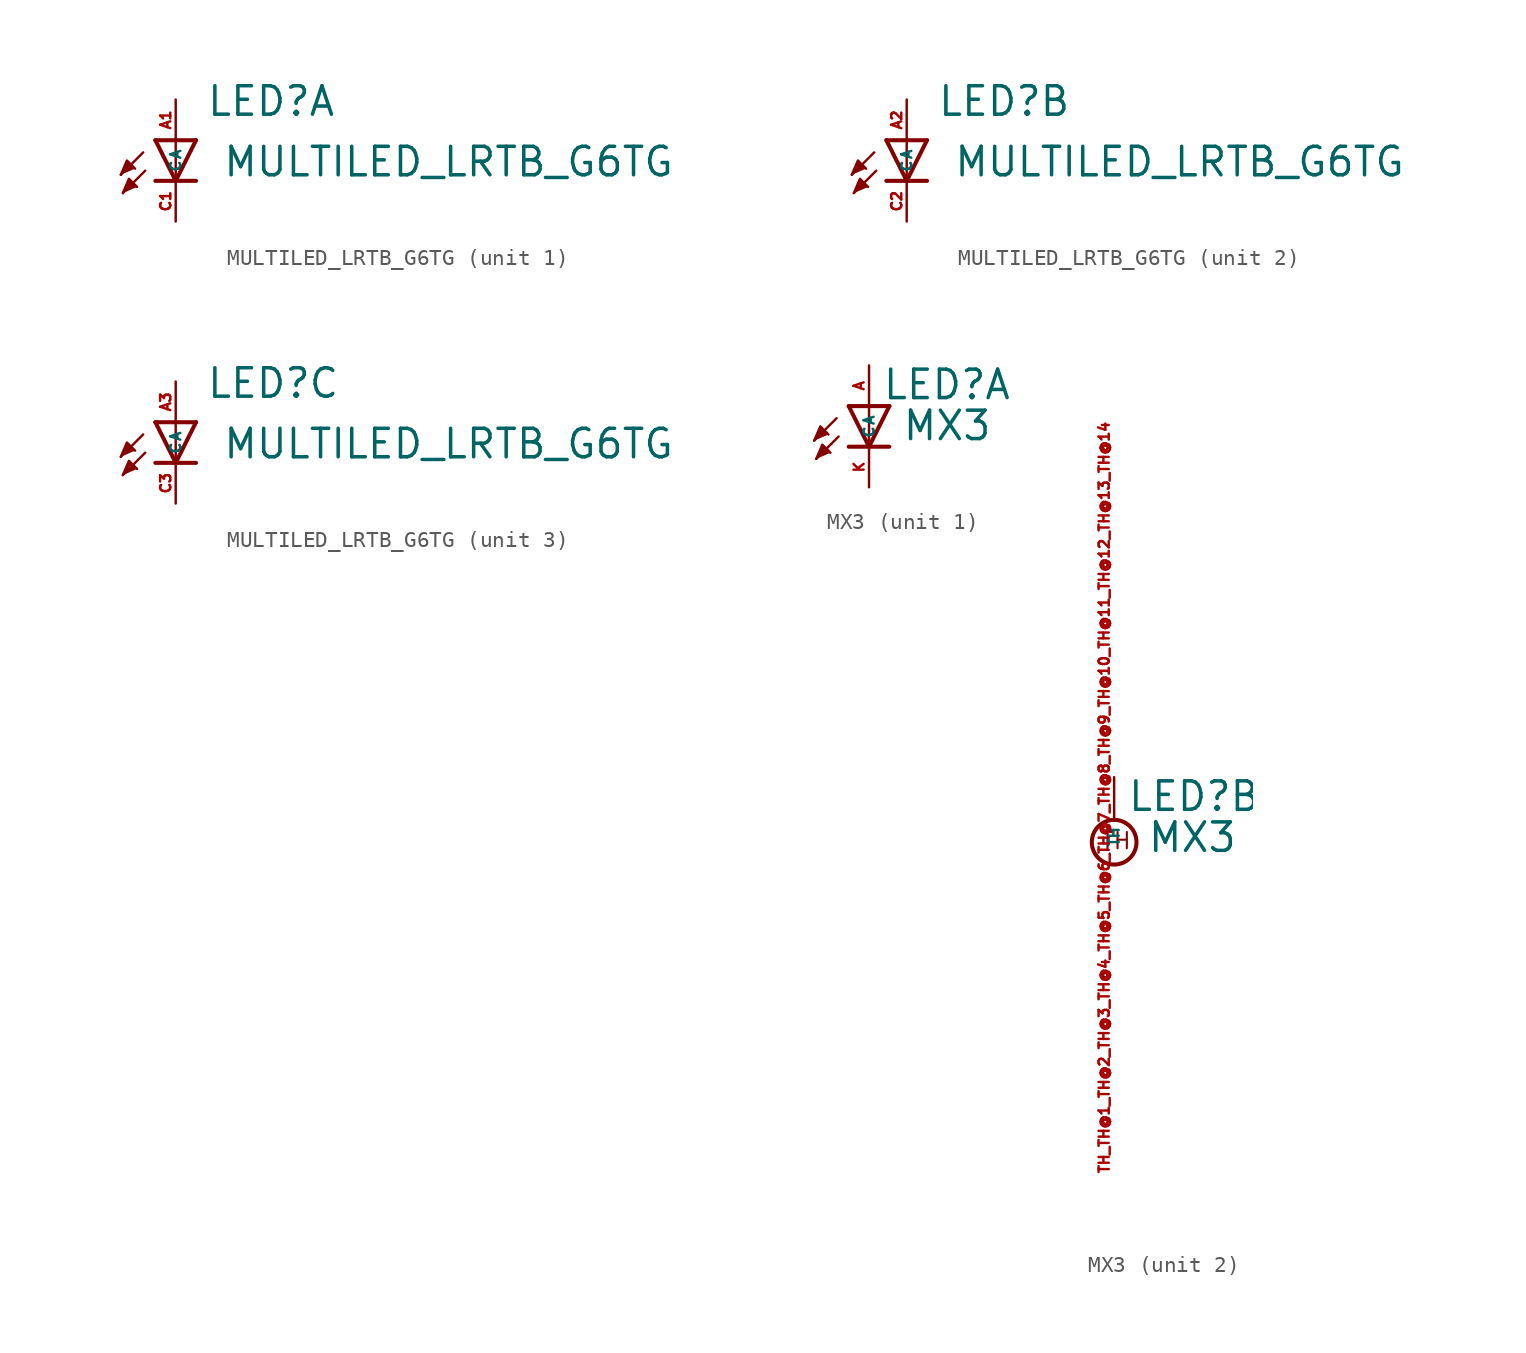
<source format=kicad_sym>
(kicad_symbol_lib
  (version 20220914)
  (generator kicad_symbol_editor)
  (symbol "MULTILED_LRTB_G6TG"
    (property "Reference" "LED"
      (at 1.88 1.397 0)
      (effects (font (size 1.778 1.778) (thickness 0.22)) (justify left bottom)))
    (property "Value" "MULTILED_LRTB_G6TG"
      (at 2.896 -2.388 0)
      (effects (font (size 1.778 1.778) (thickness 0.22)) (justify left bottom)))
    (symbol "MULTILED_LRTB_G6TG_1_0"
      (polyline (pts (xy -2.032 -0.762) (xy -3.429 -2.159)) (stroke (width 0.152) (type default)) (fill (type none)))
      (polyline (pts (xy -1.905 -1.905) (xy -3.302 -3.302)) (stroke (width 0.152) (type default)) (fill (type none)))
      (polyline (pts (xy 0 -2.54) (xy -1.27 -2.54)) (stroke (width 0.254) (type default)) (fill (type none)))
      (polyline (pts (xy 0 -2.54) (xy -1.27 0)) (stroke (width 0.254) (type default)) (fill (type none)))
      (polyline (pts (xy 0 0) (xy -1.27 0)) (stroke (width 0.254) (type default)) (fill (type none)))
      (polyline (pts (xy 0 0) (xy 0 -2.54)) (stroke (width 0.152) (type default)) (fill (type none)))
      (polyline (pts (xy 1.27 -2.54) (xy 0 -2.54)) (stroke (width 0.254) (type default)) (fill (type none)))
      (polyline (pts (xy 1.27 0) (xy 0 -2.54)) (stroke (width 0.254) (type default)) (fill (type none)))
      (polyline (pts (xy 1.27 0) (xy 0 0)) (stroke (width 0.254) (type default)) (fill (type none)))
      (polyline (pts (xy -3.429 -2.159) (xy -3.048 -1.27) (xy -2.54 -1.778)) (stroke (width 0.152) (type default)) (fill (type outline)))
      (polyline (pts (xy -3.302 -3.302) (xy -2.921 -2.413) (xy -2.413 -2.921)) (stroke (width 0.152) (type default)) (fill (type outline)))
      (pin passive line (at 0 2.54 270) (length 2.54) (name "A" (effects (font (size 0.635 0.635)))) (number "A1" (effects (font (size 0.635 0.635)))))
      (pin passive line (at 0 -5.08 90) (length 2.54) (name "C" (effects (font (size 0.635 0.635)))) (number "C1" (effects (font (size 0.635 0.635))))))
    (symbol "MULTILED_LRTB_G6TG_2_0"
      (polyline (pts (xy -2.032 -0.762) (xy -3.429 -2.159)) (stroke (width 0.152) (type default)) (fill (type none)))
      (polyline (pts (xy -1.905 -1.905) (xy -3.302 -3.302)) (stroke (width 0.152) (type default)) (fill (type none)))
      (polyline (pts (xy 0 -2.54) (xy -1.27 -2.54)) (stroke (width 0.254) (type default)) (fill (type none)))
      (polyline (pts (xy 0 -2.54) (xy -1.27 0)) (stroke (width 0.254) (type default)) (fill (type none)))
      (polyline (pts (xy 0 0) (xy -1.27 0)) (stroke (width 0.254) (type default)) (fill (type none)))
      (polyline (pts (xy 0 0) (xy 0 -2.54)) (stroke (width 0.152) (type default)) (fill (type none)))
      (polyline (pts (xy 1.27 -2.54) (xy 0 -2.54)) (stroke (width 0.254) (type default)) (fill (type none)))
      (polyline (pts (xy 1.27 0) (xy 0 -2.54)) (stroke (width 0.254) (type default)) (fill (type none)))
      (polyline (pts (xy 1.27 0) (xy 0 0)) (stroke (width 0.254) (type default)) (fill (type none)))
      (polyline (pts (xy -3.429 -2.159) (xy -3.048 -1.27) (xy -2.54 -1.778)) (stroke (width 0.152) (type default)) (fill (type outline)))
      (polyline (pts (xy -3.302 -3.302) (xy -2.921 -2.413) (xy -2.413 -2.921)) (stroke (width 0.152) (type default)) (fill (type outline)))
      (pin passive line (at 0 2.54 270) (length 2.54) (name "A" (effects (font (size 0.635 0.635)))) (number "A2" (effects (font (size 0.635 0.635)))))
      (pin passive line (at 0 -5.08 90) (length 2.54) (name "C" (effects (font (size 0.635 0.635)))) (number "C2" (effects (font (size 0.635 0.635))))))
    (symbol "MULTILED_LRTB_G6TG_3_0"
      (polyline (pts (xy -2.032 -0.762) (xy -3.429 -2.159)) (stroke (width 0.152) (type default)) (fill (type none)))
      (polyline (pts (xy -1.905 -1.905) (xy -3.302 -3.302)) (stroke (width 0.152) (type default)) (fill (type none)))
      (polyline (pts (xy 0 -2.54) (xy -1.27 -2.54)) (stroke (width 0.254) (type default)) (fill (type none)))
      (polyline (pts (xy 0 -2.54) (xy -1.27 0)) (stroke (width 0.254) (type default)) (fill (type none)))
      (polyline (pts (xy 0 0) (xy -1.27 0)) (stroke (width 0.254) (type default)) (fill (type none)))
      (polyline (pts (xy 0 0) (xy 0 -2.54)) (stroke (width 0.152) (type default)) (fill (type none)))
      (polyline (pts (xy 1.27 -2.54) (xy 0 -2.54)) (stroke (width 0.254) (type default)) (fill (type none)))
      (polyline (pts (xy 1.27 0) (xy 0 -2.54)) (stroke (width 0.254) (type default)) (fill (type none)))
      (polyline (pts (xy 1.27 0) (xy 0 0)) (stroke (width 0.254) (type default)) (fill (type none)))
      (polyline (pts (xy -3.429 -2.159) (xy -3.048 -1.27) (xy -2.54 -1.778)) (stroke (width 0.152) (type default)) (fill (type outline)))
      (polyline (pts (xy -3.302 -3.302) (xy -2.921 -2.413) (xy -2.413 -2.921)) (stroke (width 0.152) (type default)) (fill (type outline)))
      (pin passive line (at 0 2.54 270) (length 2.54) (name "A" (effects (font (size 0.635 0.635)))) (number "A3" (effects (font (size 0.635 0.635)))))
      (pin passive line (at 0 -5.08 90) (length 2.54) (name "C" (effects (font (size 0.635 0.635)))) (number "C3" (effects (font (size 0.635 0.635)))))))
  (symbol "MX3"
    (property "Reference" "LED"
      (at 0.787 0.305 0)
      (effects (font (size 1.778 1.778) (thickness 0.22)) (justify left bottom)))
    (property "Value" "MX3"
      (at 2.032 -2.261 0)
      (effects (font (size 1.778 1.778) (thickness 0.22)) (justify left bottom)))
    (symbol "MX3_1_0"
      (polyline (pts (xy -2.032 -0.762) (xy -3.429 -2.159)) (stroke (width 0.152) (type default)) (fill (type none)))
      (polyline (pts (xy -1.905 -1.905) (xy -3.302 -3.302)) (stroke (width 0.152) (type default)) (fill (type none)))
      (polyline (pts (xy 0 -2.54) (xy -1.27 -2.54)) (stroke (width 0.254) (type default)) (fill (type none)))
      (polyline (pts (xy 0 -2.54) (xy -1.27 0)) (stroke (width 0.254) (type default)) (fill (type none)))
      (polyline (pts (xy 0 0) (xy -1.27 0)) (stroke (width 0.254) (type default)) (fill (type none)))
      (polyline (pts (xy 0 0) (xy 0 -2.54)) (stroke (width 0.152) (type default)) (fill (type none)))
      (polyline (pts (xy 1.27 -2.54) (xy 0 -2.54)) (stroke (width 0.254) (type default)) (fill (type none)))
      (polyline (pts (xy 1.27 0) (xy 0 -2.54)) (stroke (width 0.254) (type default)) (fill (type none)))
      (polyline (pts (xy 1.27 0) (xy 0 0)) (stroke (width 0.254) (type default)) (fill (type none)))
      (polyline (pts (xy -3.429 -2.159) (xy -3.048 -1.27) (xy -2.54 -1.778)) (stroke (width 0.152) (type default)) (fill (type outline)))
      (polyline (pts (xy -3.302 -3.302) (xy -2.921 -2.413) (xy -2.413 -2.921)) (stroke (width 0.152) (type default)) (fill (type outline)))
      (pin passive line (at 0 2.54 270) (length 2.54) (name "A" (effects (font (size 0.635 0.635)))) (number "A" (effects (font (size 0.635 0.635)))))
      (pin passive line (at 0 -5.08 90) (length 2.54) (name "C" (effects (font (size 0.635 0.635)))) (number "K" (effects (font (size 0.635 0.635))))))
    (symbol "MX3_2_0"
      (circle (center 0 -1.524) (radius 1.397) (stroke (width 0.254) (type default)) (fill (type none)))
      (text "TH" (at -0.889 -2.032 0) (effects (font (size 1.016 1.016) (thickness 0.13)) (justify left bottom)))
      (pin passive line (at 0 2.54 270) (length 2.54) (name "TH" (effects (font (size 0.635 0.635)))) (number "TH_TH@1_TH@2_TH@3_TH@4_TH@5_TH@6_TH@7_TH@8_TH@9_TH@10_TH@11_TH@12_TH@13_TH@14" (effects (font (size 0.635 0.635))))))))
</source>
